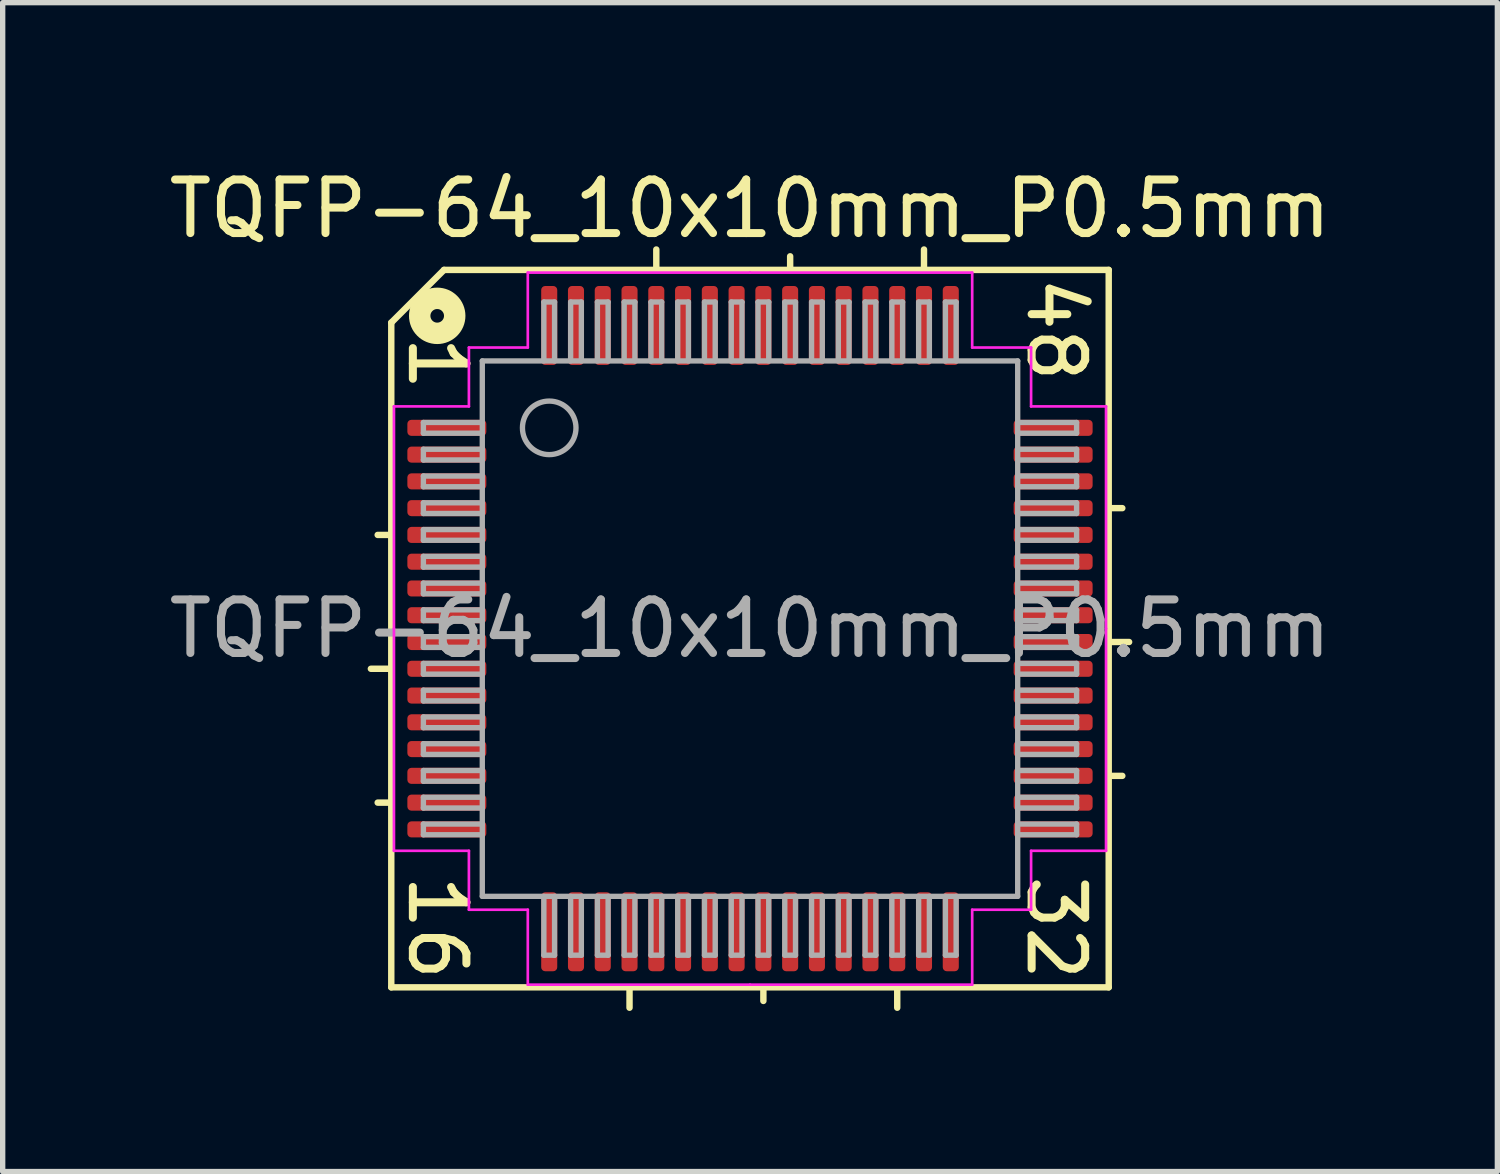
<source format=kicad_pcb>
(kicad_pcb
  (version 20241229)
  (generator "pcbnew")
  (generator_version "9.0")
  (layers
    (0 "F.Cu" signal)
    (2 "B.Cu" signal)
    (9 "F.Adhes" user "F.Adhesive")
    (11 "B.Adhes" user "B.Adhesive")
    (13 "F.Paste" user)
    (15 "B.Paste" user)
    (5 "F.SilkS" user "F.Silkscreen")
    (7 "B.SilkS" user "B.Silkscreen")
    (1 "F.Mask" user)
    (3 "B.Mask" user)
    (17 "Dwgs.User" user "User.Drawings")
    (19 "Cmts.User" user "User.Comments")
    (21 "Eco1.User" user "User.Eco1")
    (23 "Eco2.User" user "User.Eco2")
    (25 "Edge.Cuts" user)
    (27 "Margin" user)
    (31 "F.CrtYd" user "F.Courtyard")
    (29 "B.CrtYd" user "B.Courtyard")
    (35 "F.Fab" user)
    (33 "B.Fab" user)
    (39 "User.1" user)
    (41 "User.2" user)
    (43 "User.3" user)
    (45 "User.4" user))
  (footprint "TQFP-64_10x10mm_P0.5mm"
    (layer "F.Cu")
    (at 10.958 8.691)
    (property "Reference" "TQFP-64_10x10mm_P0.5mm" (at 0 -7.843 0) (layer "F.SilkS") (effects (font (size 1 1) (thickness 0.15))))
    (attr smd)
    (fp_line (start -6.7 -5.715) (end -6.7 6.7) (stroke (width 0.12) (type solid)) (layer "F.SilkS"))
    (fp_line (start -6.7 -1.75) (end -6.954 -1.75) (stroke (width 0.12) (type solid)) (layer "F.SilkS"))
    (fp_line (start -6.7 0.75) (end -7.081 0.75) (stroke (width 0.12) (type solid)) (layer "F.SilkS"))
    (fp_line (start -6.7 3.25) (end -6.954 3.25) (stroke (width 0.12) (type solid)) (layer "F.SilkS"))
    (fp_line (start -6.7 6.7) (end 6.7 6.7) (stroke (width 0.12) (type solid)) (layer "F.SilkS"))
    (fp_line (start -5.715 -6.7) (end -6.7 -5.715) (stroke (width 0.12) (type solid)) (layer "F.SilkS"))
    (fp_line (start -2.25 6.7) (end -2.25 7.081) (stroke (width 0.12) (type solid)) (layer "F.SilkS"))
    (fp_line (start -1.75 -6.7) (end -1.75 -7.081) (stroke (width 0.12) (type solid)) (layer "F.SilkS"))
    (fp_line (start 0.25 6.7) (end 0.25 6.954) (stroke (width 0.12) (type solid)) (layer "F.SilkS"))
    (fp_line (start 0.75 -6.7) (end 0.75 -6.954) (stroke (width 0.12) (type solid)) (layer "F.SilkS"))
    (fp_line (start 2.75 7.081) (end 2.75 6.7) (stroke (width 0.12) (type solid)) (layer "F.SilkS"))
    (fp_line (start 3.25 -6.7) (end 3.25 -7.081) (stroke (width 0.12) (type solid)) (layer "F.SilkS"))
    (fp_line (start 6.7 -6.7) (end -5.715 -6.7) (stroke (width 0.12) (type solid)) (layer "F.SilkS"))
    (fp_line (start 6.7 -2.25) (end 6.954 -2.25) (stroke (width 0.12) (type solid)) (layer "F.SilkS"))
    (fp_line (start 6.7 0.25) (end 7.081 0.25) (stroke (width 0.12) (type solid)) (layer "F.SilkS"))
    (fp_line (start 6.7 2.75) (end 6.954 2.75) (stroke (width 0.12) (type solid)) (layer "F.SilkS"))
    (fp_line (start 6.7 6.7) (end 6.7 -6.7) (stroke (width 0.12) (type solid)) (layer "F.SilkS"))
    (fp_circle (center -5.842 -5.842) (end -5.715 -5.842) (stroke (width 0.4) (type solid)) (fill no) (layer "F.SilkS"))
    (fp_line (start -6.65 -4.15) (end -6.65 0) (stroke (width 0.05) (type solid)) (layer "F.CrtYd"))
    (fp_line (start -6.65 4.15) (end -6.65 0) (stroke (width 0.05) (type solid)) (layer "F.CrtYd"))
    (fp_line (start -5.25 -5.25) (end -5.25 -4.15) (stroke (width 0.05) (type solid)) (layer "F.CrtYd"))
    (fp_line (start -5.25 -4.15) (end -6.65 -4.15) (stroke (width 0.05) (type solid)) (layer "F.CrtYd"))
    (fp_line (start -5.25 4.15) (end -6.65 4.15) (stroke (width 0.05) (type solid)) (layer "F.CrtYd"))
    (fp_line (start -5.25 5.25) (end -5.25 4.15) (stroke (width 0.05) (type solid)) (layer "F.CrtYd"))
    (fp_line (start -4.15 -6.65) (end -4.15 -5.25) (stroke (width 0.05) (type solid)) (layer "F.CrtYd"))
    (fp_line (start -4.15 -5.25) (end -5.25 -5.25) (stroke (width 0.05) (type solid)) (layer "F.CrtYd"))
    (fp_line (start -4.15 5.25) (end -5.25 5.25) (stroke (width 0.05) (type solid)) (layer "F.CrtYd"))
    (fp_line (start -4.15 6.65) (end -4.15 5.25) (stroke (width 0.05) (type solid)) (layer "F.CrtYd"))
    (fp_line (start 0 -6.65) (end -4.15 -6.65) (stroke (width 0.05) (type solid)) (layer "F.CrtYd"))
    (fp_line (start 0 -6.65) (end 4.15 -6.65) (stroke (width 0.05) (type solid)) (layer "F.CrtYd"))
    (fp_line (start 0 6.65) (end -4.15 6.65) (stroke (width 0.05) (type solid)) (layer "F.CrtYd"))
    (fp_line (start 0 6.65) (end 4.15 6.65) (stroke (width 0.05) (type solid)) (layer "F.CrtYd"))
    (fp_line (start 4.15 -6.65) (end 4.15 -5.25) (stroke (width 0.05) (type solid)) (layer "F.CrtYd"))
    (fp_line (start 4.15 -5.25) (end 5.25 -5.25) (stroke (width 0.05) (type solid)) (layer "F.CrtYd"))
    (fp_line (start 4.15 5.25) (end 5.25 5.25) (stroke (width 0.05) (type solid)) (layer "F.CrtYd"))
    (fp_line (start 4.15 6.65) (end 4.15 5.25) (stroke (width 0.05) (type solid)) (layer "F.CrtYd"))
    (fp_line (start 5.25 -5.25) (end 5.25 -4.15) (stroke (width 0.05) (type solid)) (layer "F.CrtYd"))
    (fp_line (start 5.25 -4.15) (end 6.65 -4.15) (stroke (width 0.05) (type solid)) (layer "F.CrtYd"))
    (fp_line (start 5.25 4.15) (end 6.65 4.15) (stroke (width 0.05) (type solid)) (layer "F.CrtYd"))
    (fp_line (start 5.25 5.25) (end 5.25 4.15) (stroke (width 0.05) (type solid)) (layer "F.CrtYd"))
    (fp_line (start 6.65 -4.15) (end 6.65 0) (stroke (width 0.05) (type solid)) (layer "F.CrtYd"))
    (fp_line (start 6.65 4.15) (end 6.65 0) (stroke (width 0.05) (type solid)) (layer "F.CrtYd"))
    (fp_line (start -6.1 -3.85) (end -6.1 -3.65) (stroke (width 0.1) (type solid)) (layer "F.Fab"))
    (fp_line (start -6.1 -3.85) (end -5 -3.85) (stroke (width 0.1) (type solid)) (layer "F.Fab"))
    (fp_line (start -6.1 -3.65) (end -5 -3.65) (stroke (width 0.1) (type solid)) (layer "F.Fab"))
    (fp_line (start -6.1 -3.35) (end -6.1 -3.15) (stroke (width 0.1) (type solid)) (layer "F.Fab"))
    (fp_line (start -6.1 -3.35) (end -5 -3.35) (stroke (width 0.1) (type solid)) (layer "F.Fab"))
    (fp_line (start -6.1 -3.15) (end -5 -3.15) (stroke (width 0.1) (type solid)) (layer "F.Fab"))
    (fp_line (start -6.1 -2.85) (end -6.1 -2.65) (stroke (width 0.1) (type solid)) (layer "F.Fab"))
    (fp_line (start -6.1 -2.85) (end -5 -2.85) (stroke (width 0.1) (type solid)) (layer "F.Fab"))
    (fp_line (start -6.1 -2.65) (end -5 -2.65) (stroke (width 0.1) (type solid)) (layer "F.Fab"))
    (fp_line (start -6.1 -2.35) (end -6.1 -2.15) (stroke (width 0.1) (type solid)) (layer "F.Fab"))
    (fp_line (start -6.1 -2.35) (end -5 -2.35) (stroke (width 0.1) (type solid)) (layer "F.Fab"))
    (fp_line (start -6.1 -2.15) (end -5 -2.15) (stroke (width 0.1) (type solid)) (layer "F.Fab"))
    (fp_line (start -6.1 -1.85) (end -6.1 -1.65) (stroke (width 0.1) (type solid)) (layer "F.Fab"))
    (fp_line (start -6.1 -1.85) (end -5 -1.85) (stroke (width 0.1) (type solid)) (layer "F.Fab"))
    (fp_line (start -6.1 -1.65) (end -5 -1.65) (stroke (width 0.1) (type solid)) (layer "F.Fab"))
    (fp_line (start -6.1 -1.35) (end -6.1 -1.15) (stroke (width 0.1) (type solid)) (layer "F.Fab"))
    (fp_line (start -6.1 -1.35) (end -5 -1.35) (stroke (width 0.1) (type solid)) (layer "F.Fab"))
    (fp_line (start -6.1 -1.15) (end -5 -1.15) (stroke (width 0.1) (type solid)) (layer "F.Fab"))
    (fp_line (start -6.1 -0.85) (end -6.1 -0.65) (stroke (width 0.1) (type solid)) (layer "F.Fab"))
    (fp_line (start -6.1 -0.85) (end -5 -0.85) (stroke (width 0.1) (type solid)) (layer "F.Fab"))
    (fp_line (start -6.1 -0.65) (end -5 -0.65) (stroke (width 0.1) (type solid)) (layer "F.Fab"))
    (fp_line (start -6.1 -0.35) (end -6.1 -0.15) (stroke (width 0.1) (type solid)) (layer "F.Fab"))
    (fp_line (start -6.1 -0.35) (end -5 -0.35) (stroke (width 0.1) (type solid)) (layer "F.Fab"))
    (fp_line (start -6.1 -0.15) (end -5 -0.15) (stroke (width 0.1) (type solid)) (layer "F.Fab"))
    (fp_line (start -6.1 0.15) (end -6.1 0.35) (stroke (width 0.1) (type solid)) (layer "F.Fab"))
    (fp_line (start -6.1 0.15) (end -5 0.15) (stroke (width 0.1) (type solid)) (layer "F.Fab"))
    (fp_line (start -6.1 0.35) (end -5 0.35) (stroke (width 0.1) (type solid)) (layer "F.Fab"))
    (fp_line (start -6.1 0.65) (end -6.1 0.85) (stroke (width 0.1) (type solid)) (layer "F.Fab"))
    (fp_line (start -6.1 0.65) (end -5 0.65) (stroke (width 0.1) (type solid)) (layer "F.Fab"))
    (fp_line (start -6.1 0.85) (end -5 0.85) (stroke (width 0.1) (type solid)) (layer "F.Fab"))
    (fp_line (start -6.1 1.15) (end -6.1 1.35) (stroke (width 0.1) (type solid)) (layer "F.Fab"))
    (fp_line (start -6.1 1.15) (end -5 1.15) (stroke (width 0.1) (type solid)) (layer "F.Fab"))
    (fp_line (start -6.1 1.35) (end -5 1.35) (stroke (width 0.1) (type solid)) (layer "F.Fab"))
    (fp_line (start -6.1 1.65) (end -6.1 1.85) (stroke (width 0.1) (type solid)) (layer "F.Fab"))
    (fp_line (start -6.1 1.65) (end -5 1.65) (stroke (width 0.1) (type solid)) (layer "F.Fab"))
    (fp_line (start -6.1 1.85) (end -5 1.85) (stroke (width 0.1) (type solid)) (layer "F.Fab"))
    (fp_line (start -6.1 2.15) (end -6.1 2.35) (stroke (width 0.1) (type solid)) (layer "F.Fab"))
    (fp_line (start -6.1 2.15) (end -5 2.15) (stroke (width 0.1) (type solid)) (layer "F.Fab"))
    (fp_line (start -6.1 2.35) (end -5 2.35) (stroke (width 0.1) (type solid)) (layer "F.Fab"))
    (fp_line (start -6.1 2.65) (end -6.1 2.85) (stroke (width 0.1) (type solid)) (layer "F.Fab"))
    (fp_line (start -6.1 2.65) (end -5 2.65) (stroke (width 0.1) (type solid)) (layer "F.Fab"))
    (fp_line (start -6.1 2.85) (end -5 2.85) (stroke (width 0.1) (type solid)) (layer "F.Fab"))
    (fp_line (start -6.1 3.15) (end -6.1 3.35) (stroke (width 0.1) (type solid)) (layer "F.Fab"))
    (fp_line (start -6.1 3.15) (end -5 3.15) (stroke (width 0.1) (type solid)) (layer "F.Fab"))
    (fp_line (start -6.1 3.35) (end -5 3.35) (stroke (width 0.1) (type solid)) (layer "F.Fab"))
    (fp_line (start -6.1 3.65) (end -6.1 3.85) (stroke (width 0.1) (type solid)) (layer "F.Fab"))
    (fp_line (start -6.1 3.65) (end -5 3.65) (stroke (width 0.1) (type solid)) (layer "F.Fab"))
    (fp_line (start -6.1 3.85) (end -5 3.85) (stroke (width 0.1) (type solid)) (layer "F.Fab"))
    (fp_line (start -5 -5) (end 5 -5) (stroke (width 0.1) (type solid)) (layer "F.Fab"))
    (fp_line (start -5 5) (end -5 -5) (stroke (width 0.1) (type solid)) (layer "F.Fab"))
    (fp_line (start -3.85 -6.1) (end -3.85 -5) (stroke (width 0.1) (type solid)) (layer "F.Fab"))
    (fp_line (start -3.85 6.1) (end -3.85 5) (stroke (width 0.1) (type solid)) (layer "F.Fab"))
    (fp_line (start -3.85 6.1) (end -3.65 6.1) (stroke (width 0.1) (type solid)) (layer "F.Fab"))
    (fp_line (start -3.65 -6.1) (end -3.85 -6.1) (stroke (width 0.1) (type solid)) (layer "F.Fab"))
    (fp_line (start -3.65 -6.1) (end -3.65 -5) (stroke (width 0.1) (type solid)) (layer "F.Fab"))
    (fp_line (start -3.65 6.1) (end -3.65 5) (stroke (width 0.1) (type solid)) (layer "F.Fab"))
    (fp_line (start -3.35 -6.1) (end -3.35 -5) (stroke (width 0.1) (type solid)) (layer "F.Fab"))
    (fp_line (start -3.35 6.1) (end -3.35 5) (stroke (width 0.1) (type solid)) (layer "F.Fab"))
    (fp_line (start -3.35 6.1) (end -3.15 6.1) (stroke (width 0.1) (type solid)) (layer "F.Fab"))
    (fp_line (start -3.15 -6.1) (end -3.35 -6.1) (stroke (width 0.1) (type solid)) (layer "F.Fab"))
    (fp_line (start -3.15 -6.1) (end -3.15 -5) (stroke (width 0.1) (type solid)) (layer "F.Fab"))
    (fp_line (start -3.15 6.1) (end -3.15 5) (stroke (width 0.1) (type solid)) (layer "F.Fab"))
    (fp_line (start -2.85 -6.1) (end -2.85 -5) (stroke (width 0.1) (type solid)) (layer "F.Fab"))
    (fp_line (start -2.85 6.1) (end -2.85 5) (stroke (width 0.1) (type solid)) (layer "F.Fab"))
    (fp_line (start -2.85 6.1) (end -2.65 6.1) (stroke (width 0.1) (type solid)) (layer "F.Fab"))
    (fp_line (start -2.65 -6.1) (end -2.85 -6.1) (stroke (width 0.1) (type solid)) (layer "F.Fab"))
    (fp_line (start -2.65 -6.1) (end -2.65 -5) (stroke (width 0.1) (type solid)) (layer "F.Fab"))
    (fp_line (start -2.65 6.1) (end -2.65 5) (stroke (width 0.1) (type solid)) (layer "F.Fab"))
    (fp_line (start -2.35 -6.1) (end -2.35 -5) (stroke (width 0.1) (type solid)) (layer "F.Fab"))
    (fp_line (start -2.35 6.1) (end -2.35 5) (stroke (width 0.1) (type solid)) (layer "F.Fab"))
    (fp_line (start -2.35 6.1) (end -2.15 6.1) (stroke (width 0.1) (type solid)) (layer "F.Fab"))
    (fp_line (start -2.15 -6.1) (end -2.35 -6.1) (stroke (width 0.1) (type solid)) (layer "F.Fab"))
    (fp_line (start -2.15 -6.1) (end -2.15 -5) (stroke (width 0.1) (type solid)) (layer "F.Fab"))
    (fp_line (start -2.15 6.1) (end -2.15 5) (stroke (width 0.1) (type solid)) (layer "F.Fab"))
    (fp_line (start -1.85 -6.1) (end -1.85 -5) (stroke (width 0.1) (type solid)) (layer "F.Fab"))
    (fp_line (start -1.85 6.1) (end -1.85 5) (stroke (width 0.1) (type solid)) (layer "F.Fab"))
    (fp_line (start -1.85 6.1) (end -1.65 6.1) (stroke (width 0.1) (type solid)) (layer "F.Fab"))
    (fp_line (start -1.65 -6.1) (end -1.85 -6.1) (stroke (width 0.1) (type solid)) (layer "F.Fab"))
    (fp_line (start -1.65 -6.1) (end -1.65 -5) (stroke (width 0.1) (type solid)) (layer "F.Fab"))
    (fp_line (start -1.65 6.1) (end -1.65 5) (stroke (width 0.1) (type solid)) (layer "F.Fab"))
    (fp_line (start -1.35 -6.1) (end -1.35 -5) (stroke (width 0.1) (type solid)) (layer "F.Fab"))
    (fp_line (start -1.35 6.1) (end -1.35 5) (stroke (width 0.1) (type solid)) (layer "F.Fab"))
    (fp_line (start -1.35 6.1) (end -1.15 6.1) (stroke (width 0.1) (type solid)) (layer "F.Fab"))
    (fp_line (start -1.15 -6.1) (end -1.35 -6.1) (stroke (width 0.1) (type solid)) (layer "F.Fab"))
    (fp_line (start -1.15 -6.1) (end -1.15 -5) (stroke (width 0.1) (type solid)) (layer "F.Fab"))
    (fp_line (start -1.15 6.1) (end -1.15 5) (stroke (width 0.1) (type solid)) (layer "F.Fab"))
    (fp_line (start -0.85 -6.1) (end -0.85 -5) (stroke (width 0.1) (type solid)) (layer "F.Fab"))
    (fp_line (start -0.85 6.1) (end -0.85 5) (stroke (width 0.1) (type solid)) (layer "F.Fab"))
    (fp_line (start -0.85 6.1) (end -0.65 6.1) (stroke (width 0.1) (type solid)) (layer "F.Fab"))
    (fp_line (start -0.65 -6.1) (end -0.85 -6.1) (stroke (width 0.1) (type solid)) (layer "F.Fab"))
    (fp_line (start -0.65 -6.1) (end -0.65 -5) (stroke (width 0.1) (type solid)) (layer "F.Fab"))
    (fp_line (start -0.65 6.1) (end -0.65 5) (stroke (width 0.1) (type solid)) (layer "F.Fab"))
    (fp_line (start -0.35 -6.1) (end -0.35 -5) (stroke (width 0.1) (type solid)) (layer "F.Fab"))
    (fp_line (start -0.35 6.1) (end -0.35 5) (stroke (width 0.1) (type solid)) (layer "F.Fab"))
    (fp_line (start -0.35 6.1) (end -0.15 6.1) (stroke (width 0.1) (type solid)) (layer "F.Fab"))
    (fp_line (start -0.15 -6.1) (end -0.35 -6.1) (stroke (width 0.1) (type solid)) (layer "F.Fab"))
    (fp_line (start -0.15 -6.1) (end -0.15 -5) (stroke (width 0.1) (type solid)) (layer "F.Fab"))
    (fp_line (start -0.15 6.1) (end -0.15 5) (stroke (width 0.1) (type solid)) (layer "F.Fab"))
    (fp_line (start 0.15 -6.1) (end 0.15 -5) (stroke (width 0.1) (type solid)) (layer "F.Fab"))
    (fp_line (start 0.15 6.1) (end 0.15 5) (stroke (width 0.1) (type solid)) (layer "F.Fab"))
    (fp_line (start 0.15 6.1) (end 0.35 6.1) (stroke (width 0.1) (type solid)) (layer "F.Fab"))
    (fp_line (start 0.35 -6.1) (end 0.15 -6.1) (stroke (width 0.1) (type solid)) (layer "F.Fab"))
    (fp_line (start 0.35 -6.1) (end 0.35 -5) (stroke (width 0.1) (type solid)) (layer "F.Fab"))
    (fp_line (start 0.35 6.1) (end 0.35 5) (stroke (width 0.1) (type solid)) (layer "F.Fab"))
    (fp_line (start 0.65 -6.1) (end 0.65 -5) (stroke (width 0.1) (type solid)) (layer "F.Fab"))
    (fp_line (start 0.65 6.1) (end 0.65 5) (stroke (width 0.1) (type solid)) (layer "F.Fab"))
    (fp_line (start 0.65 6.1) (end 0.85 6.1) (stroke (width 0.1) (type solid)) (layer "F.Fab"))
    (fp_line (start 0.85 -6.1) (end 0.65 -6.1) (stroke (width 0.1) (type solid)) (layer "F.Fab"))
    (fp_line (start 0.85 -6.1) (end 0.85 -5) (stroke (width 0.1) (type solid)) (layer "F.Fab"))
    (fp_line (start 0.85 6.1) (end 0.85 5) (stroke (width 0.1) (type solid)) (layer "F.Fab"))
    (fp_line (start 1.15 -6.1) (end 1.15 -5) (stroke (width 0.1) (type solid)) (layer "F.Fab"))
    (fp_line (start 1.15 6.1) (end 1.15 5) (stroke (width 0.1) (type solid)) (layer "F.Fab"))
    (fp_line (start 1.15 6.1) (end 1.35 6.1) (stroke (width 0.1) (type solid)) (layer "F.Fab"))
    (fp_line (start 1.35 -6.1) (end 1.15 -6.1) (stroke (width 0.1) (type solid)) (layer "F.Fab"))
    (fp_line (start 1.35 -6.1) (end 1.35 -5) (stroke (width 0.1) (type solid)) (layer "F.Fab"))
    (fp_line (start 1.35 6.1) (end 1.35 5) (stroke (width 0.1) (type solid)) (layer "F.Fab"))
    (fp_line (start 1.65 -6.1) (end 1.65 -5) (stroke (width 0.1) (type solid)) (layer "F.Fab"))
    (fp_line (start 1.65 6.1) (end 1.65 5) (stroke (width 0.1) (type solid)) (layer "F.Fab"))
    (fp_line (start 1.65 6.1) (end 1.85 6.1) (stroke (width 0.1) (type solid)) (layer "F.Fab"))
    (fp_line (start 1.85 -6.1) (end 1.65 -6.1) (stroke (width 0.1) (type solid)) (layer "F.Fab"))
    (fp_line (start 1.85 -6.1) (end 1.85 -5) (stroke (width 0.1) (type solid)) (layer "F.Fab"))
    (fp_line (start 1.85 6.1) (end 1.85 5) (stroke (width 0.1) (type solid)) (layer "F.Fab"))
    (fp_line (start 2.15 -6.1) (end 2.15 -5) (stroke (width 0.1) (type solid)) (layer "F.Fab"))
    (fp_line (start 2.15 6.1) (end 2.15 5) (stroke (width 0.1) (type solid)) (layer "F.Fab"))
    (fp_line (start 2.15 6.1) (end 2.35 6.1) (stroke (width 0.1) (type solid)) (layer "F.Fab"))
    (fp_line (start 2.35 -6.1) (end 2.15 -6.1) (stroke (width 0.1) (type solid)) (layer "F.Fab"))
    (fp_line (start 2.35 -6.1) (end 2.35 -5) (stroke (width 0.1) (type solid)) (layer "F.Fab"))
    (fp_line (start 2.35 6.1) (end 2.35 5) (stroke (width 0.1) (type solid)) (layer "F.Fab"))
    (fp_line (start 2.65 -6.1) (end 2.65 -5) (stroke (width 0.1) (type solid)) (layer "F.Fab"))
    (fp_line (start 2.65 6.1) (end 2.65 5) (stroke (width 0.1) (type solid)) (layer "F.Fab"))
    (fp_line (start 2.65 6.1) (end 2.85 6.1) (stroke (width 0.1) (type solid)) (layer "F.Fab"))
    (fp_line (start 2.85 -6.1) (end 2.65 -6.1) (stroke (width 0.1) (type solid)) (layer "F.Fab"))
    (fp_line (start 2.85 -6.1) (end 2.85 -5) (stroke (width 0.1) (type solid)) (layer "F.Fab"))
    (fp_line (start 2.85 6.1) (end 2.85 5) (stroke (width 0.1) (type solid)) (layer "F.Fab"))
    (fp_line (start 3.15 -6.1) (end 3.15 -5) (stroke (width 0.1) (type solid)) (layer "F.Fab"))
    (fp_line (start 3.15 6.1) (end 3.15 5) (stroke (width 0.1) (type solid)) (layer "F.Fab"))
    (fp_line (start 3.15 6.1) (end 3.35 6.1) (stroke (width 0.1) (type solid)) (layer "F.Fab"))
    (fp_line (start 3.35 -6.1) (end 3.15 -6.1) (stroke (width 0.1) (type solid)) (layer "F.Fab"))
    (fp_line (start 3.35 -6.1) (end 3.35 -5) (stroke (width 0.1) (type solid)) (layer "F.Fab"))
    (fp_line (start 3.35 6.1) (end 3.35 5) (stroke (width 0.1) (type solid)) (layer "F.Fab"))
    (fp_line (start 3.65 -6.1) (end 3.65 -5) (stroke (width 0.1) (type solid)) (layer "F.Fab"))
    (fp_line (start 3.65 6.1) (end 3.65 5) (stroke (width 0.1) (type solid)) (layer "F.Fab"))
    (fp_line (start 3.65 6.1) (end 3.85 6.1) (stroke (width 0.1) (type solid)) (layer "F.Fab"))
    (fp_line (start 3.85 -6.1) (end 3.65 -6.1) (stroke (width 0.1) (type solid)) (layer "F.Fab"))
    (fp_line (start 3.85 -6.1) (end 3.85 -5) (stroke (width 0.1) (type solid)) (layer "F.Fab"))
    (fp_line (start 3.85 6.1) (end 3.85 5) (stroke (width 0.1) (type solid)) (layer "F.Fab"))
    (fp_line (start 5 -5) (end 5 5) (stroke (width 0.1) (type solid)) (layer "F.Fab"))
    (fp_line (start 5 5) (end -5 5) (stroke (width 0.1) (type solid)) (layer "F.Fab"))
    (fp_line (start 6.1 -3.85) (end 5 -3.85) (stroke (width 0.1) (type solid)) (layer "F.Fab"))
    (fp_line (start 6.1 -3.65) (end 5 -3.65) (stroke (width 0.1) (type solid)) (layer "F.Fab"))
    (fp_line (start 6.1 -3.65) (end 6.1 -3.85) (stroke (width 0.1) (type solid)) (layer "F.Fab"))
    (fp_line (start 6.1 -3.35) (end 5 -3.35) (stroke (width 0.1) (type solid)) (layer "F.Fab"))
    (fp_line (start 6.1 -3.15) (end 5 -3.15) (stroke (width 0.1) (type solid)) (layer "F.Fab"))
    (fp_line (start 6.1 -3.15) (end 6.1 -3.35) (stroke (width 0.1) (type solid)) (layer "F.Fab"))
    (fp_line (start 6.1 -2.85) (end 5 -2.85) (stroke (width 0.1) (type solid)) (layer "F.Fab"))
    (fp_line (start 6.1 -2.65) (end 5 -2.65) (stroke (width 0.1) (type solid)) (layer "F.Fab"))
    (fp_line (start 6.1 -2.65) (end 6.1 -2.85) (stroke (width 0.1) (type solid)) (layer "F.Fab"))
    (fp_line (start 6.1 -2.35) (end 5 -2.35) (stroke (width 0.1) (type solid)) (layer "F.Fab"))
    (fp_line (start 6.1 -2.15) (end 5 -2.15) (stroke (width 0.1) (type solid)) (layer "F.Fab"))
    (fp_line (start 6.1 -2.15) (end 6.1 -2.35) (stroke (width 0.1) (type solid)) (layer "F.Fab"))
    (fp_line (start 6.1 -1.85) (end 5 -1.85) (stroke (width 0.1) (type solid)) (layer "F.Fab"))
    (fp_line (start 6.1 -1.65) (end 5 -1.65) (stroke (width 0.1) (type solid)) (layer "F.Fab"))
    (fp_line (start 6.1 -1.65) (end 6.1 -1.85) (stroke (width 0.1) (type solid)) (layer "F.Fab"))
    (fp_line (start 6.1 -1.35) (end 5 -1.35) (stroke (width 0.1) (type solid)) (layer "F.Fab"))
    (fp_line (start 6.1 -1.15) (end 5 -1.15) (stroke (width 0.1) (type solid)) (layer "F.Fab"))
    (fp_line (start 6.1 -1.15) (end 6.1 -1.35) (stroke (width 0.1) (type solid)) (layer "F.Fab"))
    (fp_line (start 6.1 -0.85) (end 5 -0.85) (stroke (width 0.1) (type solid)) (layer "F.Fab"))
    (fp_line (start 6.1 -0.65) (end 5 -0.65) (stroke (width 0.1) (type solid)) (layer "F.Fab"))
    (fp_line (start 6.1 -0.65) (end 6.1 -0.85) (stroke (width 0.1) (type solid)) (layer "F.Fab"))
    (fp_line (start 6.1 -0.35) (end 5 -0.35) (stroke (width 0.1) (type solid)) (layer "F.Fab"))
    (fp_line (start 6.1 -0.15) (end 5 -0.15) (stroke (width 0.1) (type solid)) (layer "F.Fab"))
    (fp_line (start 6.1 -0.15) (end 6.1 -0.35) (stroke (width 0.1) (type solid)) (layer "F.Fab"))
    (fp_line (start 6.1 0.15) (end 5 0.15) (stroke (width 0.1) (type solid)) (layer "F.Fab"))
    (fp_line (start 6.1 0.35) (end 5 0.35) (stroke (width 0.1) (type solid)) (layer "F.Fab"))
    (fp_line (start 6.1 0.35) (end 6.1 0.15) (stroke (width 0.1) (type solid)) (layer "F.Fab"))
    (fp_line (start 6.1 0.65) (end 5 0.65) (stroke (width 0.1) (type solid)) (layer "F.Fab"))
    (fp_line (start 6.1 0.85) (end 5 0.85) (stroke (width 0.1) (type solid)) (layer "F.Fab"))
    (fp_line (start 6.1 0.85) (end 6.1 0.65) (stroke (width 0.1) (type solid)) (layer "F.Fab"))
    (fp_line (start 6.1 1.15) (end 5 1.15) (stroke (width 0.1) (type solid)) (layer "F.Fab"))
    (fp_line (start 6.1 1.35) (end 5 1.35) (stroke (width 0.1) (type solid)) (layer "F.Fab"))
    (fp_line (start 6.1 1.35) (end 6.1 1.15) (stroke (width 0.1) (type solid)) (layer "F.Fab"))
    (fp_line (start 6.1 1.65) (end 5 1.65) (stroke (width 0.1) (type solid)) (layer "F.Fab"))
    (fp_line (start 6.1 1.85) (end 5 1.85) (stroke (width 0.1) (type solid)) (layer "F.Fab"))
    (fp_line (start 6.1 1.85) (end 6.1 1.65) (stroke (width 0.1) (type solid)) (layer "F.Fab"))
    (fp_line (start 6.1 2.15) (end 5 2.15) (stroke (width 0.1) (type solid)) (layer "F.Fab"))
    (fp_line (start 6.1 2.35) (end 5 2.35) (stroke (width 0.1) (type solid)) (layer "F.Fab"))
    (fp_line (start 6.1 2.35) (end 6.1 2.15) (stroke (width 0.1) (type solid)) (layer "F.Fab"))
    (fp_line (start 6.1 2.65) (end 5 2.65) (stroke (width 0.1) (type solid)) (layer "F.Fab"))
    (fp_line (start 6.1 2.85) (end 5 2.85) (stroke (width 0.1) (type solid)) (layer "F.Fab"))
    (fp_line (start 6.1 2.85) (end 6.1 2.65) (stroke (width 0.1) (type solid)) (layer "F.Fab"))
    (fp_line (start 6.1 3.15) (end 5 3.15) (stroke (width 0.1) (type solid)) (layer "F.Fab"))
    (fp_line (start 6.1 3.35) (end 5 3.35) (stroke (width 0.1) (type solid)) (layer "F.Fab"))
    (fp_line (start 6.1 3.35) (end 6.1 3.15) (stroke (width 0.1) (type solid)) (layer "F.Fab"))
    (fp_line (start 6.1 3.65) (end 5 3.65) (stroke (width 0.1) (type solid)) (layer "F.Fab"))
    (fp_line (start 6.1 3.85) (end 5 3.85) (stroke (width 0.1) (type solid)) (layer "F.Fab"))
    (fp_line (start 6.1 3.85) (end 6.1 3.65) (stroke (width 0.1) (type solid)) (layer "F.Fab"))
    (fp_circle (center -3.75 -3.75) (end -3.25 -3.75) (stroke (width 0.1) (type solid)) (fill no) (layer "F.Fab"))
    (fp_text user "1" (at -5.842 -4.953 270) (unlocked yes) (layer "F.SilkS") (effects (font (size 1 1) (thickness 0.15))))
    (fp_text user "48" (at 5.715 -5.588 270) (unlocked yes) (layer "F.SilkS") (effects (font (size 1 1) (thickness 0.15))))
    (fp_text user "32" (at 5.715 5.588 270) (unlocked yes) (layer "F.SilkS") (effects (font (size 1 1) (thickness 0.15))))
    (fp_text user "16" (at -5.842 5.588 270) (unlocked yes) (layer "F.SilkS") (effects (font (size 1 1) (thickness 0.15))))
    (fp_text user "${REFERENCE}" (at 0 0 0) (layer "F.Fab") (effects (font (size 1 1) (thickness 0.15))))
    (pad "1" smd roundrect (at -5.662 -3.75) (size 1.475 0.3) (layers "F.Cu" "F.Mask" "F.Paste") (roundrect_rratio 0.25))
    (pad "2" smd roundrect (at -5.662 -3.25) (size 1.475 0.3) (layers "F.Cu" "F.Mask" "F.Paste") (roundrect_rratio 0.25))
    (pad "3" smd roundrect (at -5.662 -2.75) (size 1.475 0.3) (layers "F.Cu" "F.Mask" "F.Paste") (roundrect_rratio 0.25))
    (pad "4" smd roundrect (at -5.662 -2.25) (size 1.475 0.3) (layers "F.Cu" "F.Mask" "F.Paste") (roundrect_rratio 0.25))
    (pad "5" smd roundrect (at -5.662 -1.75) (size 1.475 0.3) (layers "F.Cu" "F.Mask" "F.Paste") (roundrect_rratio 0.25))
    (pad "6" smd roundrect (at -5.662 -1.25) (size 1.475 0.3) (layers "F.Cu" "F.Mask" "F.Paste") (roundrect_rratio 0.25))
    (pad "7" smd roundrect (at -5.662 -0.75) (size 1.475 0.3) (layers "F.Cu" "F.Mask" "F.Paste") (roundrect_rratio 0.25))
    (pad "8" smd roundrect (at -5.662 -0.25) (size 1.475 0.3) (layers "F.Cu" "F.Mask" "F.Paste") (roundrect_rratio 0.25))
    (pad "9" smd roundrect (at -5.662 0.25) (size 1.475 0.3) (layers "F.Cu" "F.Mask" "F.Paste") (roundrect_rratio 0.25))
    (pad "10" smd roundrect (at -5.662 0.75) (size 1.475 0.3) (layers "F.Cu" "F.Mask" "F.Paste") (roundrect_rratio 0.25))
    (pad "11" smd roundrect (at -5.662 1.25) (size 1.475 0.3) (layers "F.Cu" "F.Mask" "F.Paste") (roundrect_rratio 0.25))
    (pad "12" smd roundrect (at -5.662 1.75) (size 1.475 0.3) (layers "F.Cu" "F.Mask" "F.Paste") (roundrect_rratio 0.25))
    (pad "13" smd roundrect (at -5.662 2.25) (size 1.475 0.3) (layers "F.Cu" "F.Mask" "F.Paste") (roundrect_rratio 0.25))
    (pad "14" smd roundrect (at -5.662 2.75) (size 1.475 0.3) (layers "F.Cu" "F.Mask" "F.Paste") (roundrect_rratio 0.25))
    (pad "15" smd roundrect (at -5.662 3.25) (size 1.475 0.3) (layers "F.Cu" "F.Mask" "F.Paste") (roundrect_rratio 0.25))
    (pad "16" smd roundrect (at -5.662 3.75) (size 1.475 0.3) (layers "F.Cu" "F.Mask" "F.Paste") (roundrect_rratio 0.25))
    (pad "17" smd roundrect (at -3.75 5.662) (size 0.3 1.475) (layers "F.Cu" "F.Mask" "F.Paste") (roundrect_rratio 0.25))
    (pad "18" smd roundrect (at -3.25 5.662) (size 0.3 1.475) (layers "F.Cu" "F.Mask" "F.Paste") (roundrect_rratio 0.25))
    (pad "19" smd roundrect (at -2.75 5.662) (size 0.3 1.475) (layers "F.Cu" "F.Mask" "F.Paste") (roundrect_rratio 0.25))
    (pad "20" smd roundrect (at -2.25 5.662) (size 0.3 1.475) (layers "F.Cu" "F.Mask" "F.Paste") (roundrect_rratio 0.25))
    (pad "21" smd roundrect (at -1.75 5.662) (size 0.3 1.475) (layers "F.Cu" "F.Mask" "F.Paste") (roundrect_rratio 0.25))
    (pad "22" smd roundrect (at -1.25 5.662) (size 0.3 1.475) (layers "F.Cu" "F.Mask" "F.Paste") (roundrect_rratio 0.25))
    (pad "23" smd roundrect (at -0.75 5.662) (size 0.3 1.475) (layers "F.Cu" "F.Mask" "F.Paste") (roundrect_rratio 0.25))
    (pad "24" smd roundrect (at -0.25 5.662) (size 0.3 1.475) (layers "F.Cu" "F.Mask" "F.Paste") (roundrect_rratio 0.25))
    (pad "25" smd roundrect (at 0.25 5.662) (size 0.3 1.475) (layers "F.Cu" "F.Mask" "F.Paste") (roundrect_rratio 0.25))
    (pad "26" smd roundrect (at 0.75 5.662) (size 0.3 1.475) (layers "F.Cu" "F.Mask" "F.Paste") (roundrect_rratio 0.25))
    (pad "27" smd roundrect (at 1.25 5.662) (size 0.3 1.475) (layers "F.Cu" "F.Mask" "F.Paste") (roundrect_rratio 0.25))
    (pad "28" smd roundrect (at 1.75 5.662) (size 0.3 1.475) (layers "F.Cu" "F.Mask" "F.Paste") (roundrect_rratio 0.25))
    (pad "29" smd roundrect (at 2.25 5.662) (size 0.3 1.475) (layers "F.Cu" "F.Mask" "F.Paste") (roundrect_rratio 0.25))
    (pad "30" smd roundrect (at 2.75 5.662) (size 0.3 1.475) (layers "F.Cu" "F.Mask" "F.Paste") (roundrect_rratio 0.25))
    (pad "31" smd roundrect (at 3.25 5.662) (size 0.3 1.475) (layers "F.Cu" "F.Mask" "F.Paste") (roundrect_rratio 0.25))
    (pad "32" smd roundrect (at 3.75 5.662) (size 0.3 1.475) (layers "F.Cu" "F.Mask" "F.Paste") (roundrect_rratio 0.25))
    (pad "33" smd roundrect (at 5.662 3.75) (size 1.475 0.3) (layers "F.Cu" "F.Mask" "F.Paste") (roundrect_rratio 0.25))
    (pad "34" smd roundrect (at 5.662 3.25) (size 1.475 0.3) (layers "F.Cu" "F.Mask" "F.Paste") (roundrect_rratio 0.25))
    (pad "35" smd roundrect (at 5.662 2.75) (size 1.475 0.3) (layers "F.Cu" "F.Mask" "F.Paste") (roundrect_rratio 0.25))
    (pad "36" smd roundrect (at 5.662 2.25) (size 1.475 0.3) (layers "F.Cu" "F.Mask" "F.Paste") (roundrect_rratio 0.25))
    (pad "37" smd roundrect (at 5.662 1.75) (size 1.475 0.3) (layers "F.Cu" "F.Mask" "F.Paste") (roundrect_rratio 0.25))
    (pad "38" smd roundrect (at 5.662 1.25) (size 1.475 0.3) (layers "F.Cu" "F.Mask" "F.Paste") (roundrect_rratio 0.25))
    (pad "39" smd roundrect (at 5.662 0.75) (size 1.475 0.3) (layers "F.Cu" "F.Mask" "F.Paste") (roundrect_rratio 0.25))
    (pad "40" smd roundrect (at 5.662 0.25) (size 1.475 0.3) (layers "F.Cu" "F.Mask" "F.Paste") (roundrect_rratio 0.25))
    (pad "41" smd roundrect (at 5.662 -0.25) (size 1.475 0.3) (layers "F.Cu" "F.Mask" "F.Paste") (roundrect_rratio 0.25))
    (pad "42" smd roundrect (at 5.662 -0.75) (size 1.475 0.3) (layers "F.Cu" "F.Mask" "F.Paste") (roundrect_rratio 0.25))
    (pad "43" smd roundrect (at 5.662 -1.25) (size 1.475 0.3) (layers "F.Cu" "F.Mask" "F.Paste") (roundrect_rratio 0.25))
    (pad "44" smd roundrect (at 5.662 -1.75) (size 1.475 0.3) (layers "F.Cu" "F.Mask" "F.Paste") (roundrect_rratio 0.25))
    (pad "45" smd roundrect (at 5.662 -2.25) (size 1.475 0.3) (layers "F.Cu" "F.Mask" "F.Paste") (roundrect_rratio 0.25))
    (pad "46" smd roundrect (at 5.662 -2.75) (size 1.475 0.3) (layers "F.Cu" "F.Mask" "F.Paste") (roundrect_rratio 0.25))
    (pad "47" smd roundrect (at 5.662 -3.25) (size 1.475 0.3) (layers "F.Cu" "F.Mask" "F.Paste") (roundrect_rratio 0.25))
    (pad "48" smd roundrect (at 5.662 -3.75) (size 1.475 0.3) (layers "F.Cu" "F.Mask" "F.Paste") (roundrect_rratio 0.25))
    (pad "49" smd roundrect (at 3.75 -5.662) (size 0.3 1.475) (layers "F.Cu" "F.Mask" "F.Paste") (roundrect_rratio 0.25))
    (pad "50" smd roundrect (at 3.25 -5.662) (size 0.3 1.475) (layers "F.Cu" "F.Mask" "F.Paste") (roundrect_rratio 0.25))
    (pad "51" smd roundrect (at 2.75 -5.662) (size 0.3 1.475) (layers "F.Cu" "F.Mask" "F.Paste") (roundrect_rratio 0.25))
    (pad "52" smd roundrect (at 2.25 -5.662) (size 0.3 1.475) (layers "F.Cu" "F.Mask" "F.Paste") (roundrect_rratio 0.25))
    (pad "53" smd roundrect (at 1.75 -5.662) (size 0.3 1.475) (layers "F.Cu" "F.Mask" "F.Paste") (roundrect_rratio 0.25))
    (pad "54" smd roundrect (at 1.25 -5.662) (size 0.3 1.475) (layers "F.Cu" "F.Mask" "F.Paste") (roundrect_rratio 0.25))
    (pad "55" smd roundrect (at 0.75 -5.662) (size 0.3 1.475) (layers "F.Cu" "F.Mask" "F.Paste") (roundrect_rratio 0.25))
    (pad "56" smd roundrect (at 0.25 -5.662) (size 0.3 1.475) (layers "F.Cu" "F.Mask" "F.Paste") (roundrect_rratio 0.25))
    (pad "57" smd roundrect (at -0.25 -5.662) (size 0.3 1.475) (layers "F.Cu" "F.Mask" "F.Paste") (roundrect_rratio 0.25))
    (pad "58" smd roundrect (at -0.75 -5.662) (size 0.3 1.475) (layers "F.Cu" "F.Mask" "F.Paste") (roundrect_rratio 0.25))
    (pad "59" smd roundrect (at -1.25 -5.662) (size 0.3 1.475) (layers "F.Cu" "F.Mask" "F.Paste") (roundrect_rratio 0.25))
    (pad "60" smd roundrect (at -1.75 -5.662) (size 0.3 1.475) (layers "F.Cu" "F.Mask" "F.Paste") (roundrect_rratio 0.25))
    (pad "61" smd roundrect (at -2.25 -5.662) (size 0.3 1.475) (layers "F.Cu" "F.Mask" "F.Paste") (roundrect_rratio 0.25))
    (pad "62" smd roundrect (at -2.75 -5.662) (size 0.3 1.475) (layers "F.Cu" "F.Mask" "F.Paste") (roundrect_rratio 0.25))
    (pad "63" smd roundrect (at -3.25 -5.662) (size 0.3 1.475) (layers "F.Cu" "F.Mask" "F.Paste") (roundrect_rratio 0.25))
    (pad "64" smd roundrect (at -3.75 -5.662) (size 0.3 1.475) (layers "F.Cu" "F.Mask" "F.Paste") (roundrect_rratio 0.25)))
  (gr_rect
    (start -3 -3)
    (end 24.917 18.832)
    (stroke (width 0.1) (type default))
    (fill no)
    (layer "Edge.Cuts")))
</source>
